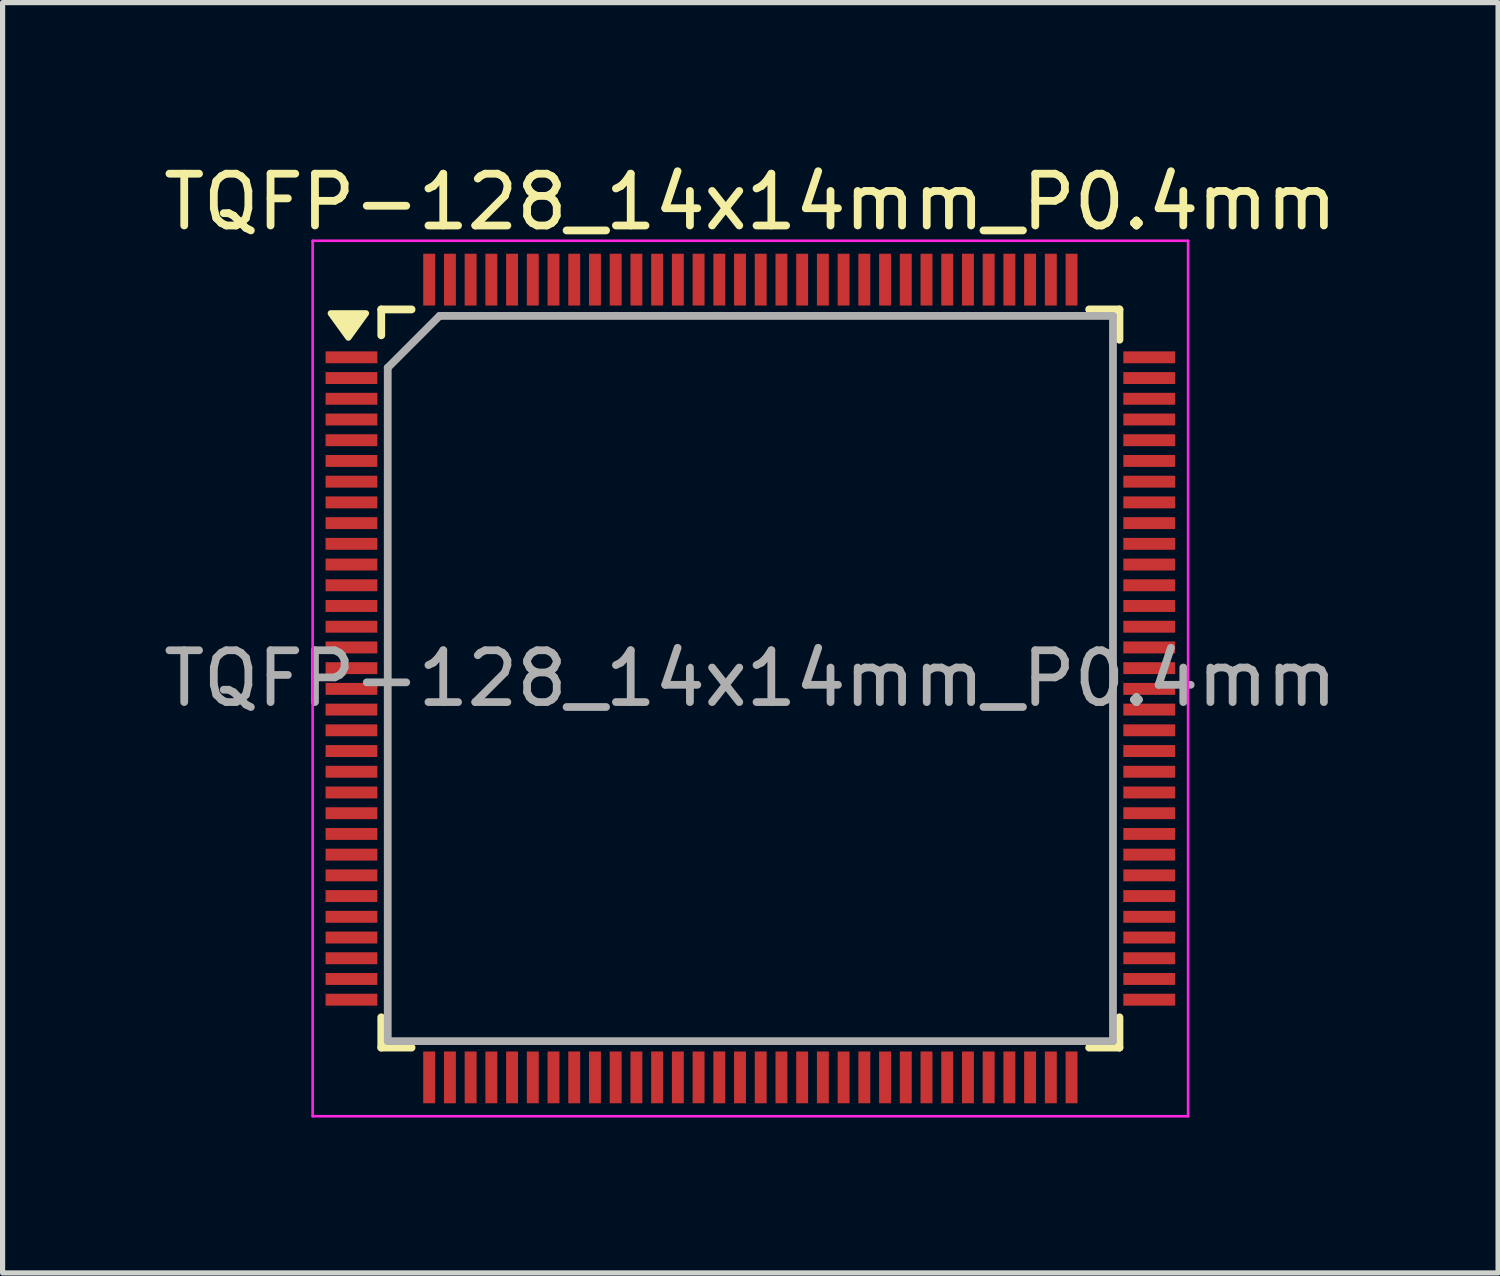
<source format=kicad_pcb>
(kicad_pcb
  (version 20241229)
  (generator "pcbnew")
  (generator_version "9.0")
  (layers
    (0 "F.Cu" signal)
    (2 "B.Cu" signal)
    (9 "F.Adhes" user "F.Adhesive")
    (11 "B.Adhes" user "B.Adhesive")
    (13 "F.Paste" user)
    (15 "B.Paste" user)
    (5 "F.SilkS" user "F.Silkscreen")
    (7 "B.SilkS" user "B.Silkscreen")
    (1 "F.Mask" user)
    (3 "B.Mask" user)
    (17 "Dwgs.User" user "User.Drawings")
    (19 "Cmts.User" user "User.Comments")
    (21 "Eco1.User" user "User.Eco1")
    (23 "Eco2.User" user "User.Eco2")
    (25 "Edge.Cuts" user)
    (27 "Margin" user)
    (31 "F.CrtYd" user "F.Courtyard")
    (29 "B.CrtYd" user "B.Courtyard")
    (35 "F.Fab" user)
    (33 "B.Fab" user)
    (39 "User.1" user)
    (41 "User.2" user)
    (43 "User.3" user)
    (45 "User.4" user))
  (footprint "TQFP-128_14x14mm_P0.4mm"
    (layer "F.Cu")
    (at 11.435 10.048)
    (property "Reference" "TQFP-128_14x14mm_P0.4mm" (at 0 -9.2 0) (layer "F.SilkS") (effects (font (size 1 1) (thickness 0.15))))
    (attr smd)
    (fp_line (start -7.125 -7.125) (end -7.125 -6.625) (stroke (width 0.15) (type solid)) (layer "F.SilkS"))
    (fp_line (start -7.125 -7.125) (end -6.54 -7.125) (stroke (width 0.15) (type solid)) (layer "F.SilkS"))
    (fp_line (start -7.125 7.125) (end -7.125 6.54) (stroke (width 0.15) (type solid)) (layer "F.SilkS"))
    (fp_line (start -7.125 7.125) (end -6.54 7.125) (stroke (width 0.15) (type solid)) (layer "F.SilkS"))
    (fp_line (start 7.125 -7.125) (end 6.54 -7.125) (stroke (width 0.15) (type solid)) (layer "F.SilkS"))
    (fp_line (start 7.125 -7.125) (end 7.125 -6.54) (stroke (width 0.15) (type solid)) (layer "F.SilkS"))
    (fp_line (start 7.125 7.125) (end 6.54 7.125) (stroke (width 0.15) (type solid)) (layer "F.SilkS"))
    (fp_line (start 7.125 7.125) (end 7.125 6.54) (stroke (width 0.15) (type solid)) (layer "F.SilkS"))
    (fp_poly (pts (xy -7.76 -6.58) (xy -8.1 -7.05) (xy -7.42 -7.05) (xy -7.76 -6.58)) (stroke (width 0.12) (type solid)) (fill yes) (layer "F.SilkS"))
    (fp_line (start -8.45 -8.45) (end -8.45 8.45) (stroke (width 0.05) (type solid)) (layer "F.CrtYd"))
    (fp_line (start -8.45 -8.45) (end 8.45 -8.45) (stroke (width 0.05) (type solid)) (layer "F.CrtYd"))
    (fp_line (start -8.45 8.45) (end 8.45 8.45) (stroke (width 0.05) (type solid)) (layer "F.CrtYd"))
    (fp_line (start 8.45 -8.45) (end 8.45 8.45) (stroke (width 0.05) (type solid)) (layer "F.CrtYd"))
    (fp_line (start -7 -6) (end -6 -7) (stroke (width 0.15) (type solid)) (layer "F.Fab"))
    (fp_line (start -7 7) (end -7 -6) (stroke (width 0.15) (type solid)) (layer "F.Fab"))
    (fp_line (start -6 -7) (end 7 -7) (stroke (width 0.15) (type solid)) (layer "F.Fab"))
    (fp_line (start 7 -7) (end 7 7) (stroke (width 0.15) (type solid)) (layer "F.Fab"))
    (fp_line (start 7 7) (end -7 7) (stroke (width 0.15) (type solid)) (layer "F.Fab"))
    (fp_text user "${REFERENCE}" (at 0 0 0) (layer "F.Fab") (effects (font (size 1 1) (thickness 0.15))))
    (pad "1" smd rect (at -7.7 -6.2) (size 1 0.23) (layers "F.Cu" "F.Mask" "F.Paste"))
    (pad "2" smd rect (at -7.7 -5.8) (size 1 0.23) (layers "F.Cu" "F.Mask" "F.Paste"))
    (pad "3" smd rect (at -7.7 -5.4) (size 1 0.23) (layers "F.Cu" "F.Mask" "F.Paste"))
    (pad "4" smd rect (at -7.7 -5) (size 1 0.23) (layers "F.Cu" "F.Mask" "F.Paste"))
    (pad "5" smd rect (at -7.7 -4.6) (size 1 0.23) (layers "F.Cu" "F.Mask" "F.Paste"))
    (pad "6" smd rect (at -7.7 -4.2) (size 1 0.23) (layers "F.Cu" "F.Mask" "F.Paste"))
    (pad "7" smd rect (at -7.7 -3.8) (size 1 0.23) (layers "F.Cu" "F.Mask" "F.Paste"))
    (pad "8" smd rect (at -7.7 -3.4) (size 1 0.23) (layers "F.Cu" "F.Mask" "F.Paste"))
    (pad "9" smd rect (at -7.7 -3) (size 1 0.23) (layers "F.Cu" "F.Mask" "F.Paste"))
    (pad "10" smd rect (at -7.7 -2.6) (size 1 0.23) (layers "F.Cu" "F.Mask" "F.Paste"))
    (pad "11" smd rect (at -7.7 -2.2) (size 1 0.23) (layers "F.Cu" "F.Mask" "F.Paste"))
    (pad "12" smd rect (at -7.7 -1.8) (size 1 0.23) (layers "F.Cu" "F.Mask" "F.Paste"))
    (pad "13" smd rect (at -7.7 -1.4) (size 1 0.23) (layers "F.Cu" "F.Mask" "F.Paste"))
    (pad "14" smd rect (at -7.7 -1) (size 1 0.23) (layers "F.Cu" "F.Mask" "F.Paste"))
    (pad "15" smd rect (at -7.7 -0.6) (size 1 0.23) (layers "F.Cu" "F.Mask" "F.Paste"))
    (pad "16" smd rect (at -7.7 -0.2) (size 1 0.23) (layers "F.Cu" "F.Mask" "F.Paste"))
    (pad "17" smd rect (at -7.7 0.2) (size 1 0.23) (layers "F.Cu" "F.Mask" "F.Paste"))
    (pad "18" smd rect (at -7.7 0.6) (size 1 0.23) (layers "F.Cu" "F.Mask" "F.Paste"))
    (pad "19" smd rect (at -7.7 1) (size 1 0.23) (layers "F.Cu" "F.Mask" "F.Paste"))
    (pad "20" smd rect (at -7.7 1.4) (size 1 0.23) (layers "F.Cu" "F.Mask" "F.Paste"))
    (pad "21" smd rect (at -7.7 1.8) (size 1 0.23) (layers "F.Cu" "F.Mask" "F.Paste"))
    (pad "22" smd rect (at -7.7 2.2) (size 1 0.23) (layers "F.Cu" "F.Mask" "F.Paste"))
    (pad "23" smd rect (at -7.7 2.6) (size 1 0.23) (layers "F.Cu" "F.Mask" "F.Paste"))
    (pad "24" smd rect (at -7.7 3) (size 1 0.23) (layers "F.Cu" "F.Mask" "F.Paste"))
    (pad "25" smd rect (at -7.7 3.4) (size 1 0.23) (layers "F.Cu" "F.Mask" "F.Paste"))
    (pad "26" smd rect (at -7.7 3.8) (size 1 0.23) (layers "F.Cu" "F.Mask" "F.Paste"))
    (pad "27" smd rect (at -7.7 4.2) (size 1 0.23) (layers "F.Cu" "F.Mask" "F.Paste"))
    (pad "28" smd rect (at -7.7 4.6) (size 1 0.23) (layers "F.Cu" "F.Mask" "F.Paste"))
    (pad "29" smd rect (at -7.7 5) (size 1 0.23) (layers "F.Cu" "F.Mask" "F.Paste"))
    (pad "30" smd rect (at -7.7 5.4) (size 1 0.23) (layers "F.Cu" "F.Mask" "F.Paste"))
    (pad "31" smd rect (at -7.7 5.8) (size 1 0.23) (layers "F.Cu" "F.Mask" "F.Paste"))
    (pad "32" smd rect (at -7.7 6.2) (size 1 0.23) (layers "F.Cu" "F.Mask" "F.Paste"))
    (pad "33" smd rect (at -6.2 7.7 90) (size 1 0.23) (layers "F.Cu" "F.Mask" "F.Paste"))
    (pad "34" smd rect (at -5.8 7.7 90) (size 1 0.23) (layers "F.Cu" "F.Mask" "F.Paste"))
    (pad "35" smd rect (at -5.4 7.7 90) (size 1 0.23) (layers "F.Cu" "F.Mask" "F.Paste"))
    (pad "36" smd rect (at -5 7.7 90) (size 1 0.23) (layers "F.Cu" "F.Mask" "F.Paste"))
    (pad "37" smd rect (at -4.6 7.7 90) (size 1 0.23) (layers "F.Cu" "F.Mask" "F.Paste"))
    (pad "38" smd rect (at -4.2 7.7 90) (size 1 0.23) (layers "F.Cu" "F.Mask" "F.Paste"))
    (pad "39" smd rect (at -3.8 7.7 90) (size 1 0.23) (layers "F.Cu" "F.Mask" "F.Paste"))
    (pad "40" smd rect (at -3.4 7.7 90) (size 1 0.23) (layers "F.Cu" "F.Mask" "F.Paste"))
    (pad "41" smd rect (at -3 7.7 90) (size 1 0.23) (layers "F.Cu" "F.Mask" "F.Paste"))
    (pad "42" smd rect (at -2.6 7.7 90) (size 1 0.23) (layers "F.Cu" "F.Mask" "F.Paste"))
    (pad "43" smd rect (at -2.2 7.7 90) (size 1 0.23) (layers "F.Cu" "F.Mask" "F.Paste"))
    (pad "44" smd rect (at -1.8 7.7 90) (size 1 0.23) (layers "F.Cu" "F.Mask" "F.Paste"))
    (pad "45" smd rect (at -1.4 7.7 90) (size 1 0.23) (layers "F.Cu" "F.Mask" "F.Paste"))
    (pad "46" smd rect (at -1 7.7 90) (size 1 0.23) (layers "F.Cu" "F.Mask" "F.Paste"))
    (pad "47" smd rect (at -0.6 7.7 90) (size 1 0.23) (layers "F.Cu" "F.Mask" "F.Paste"))
    (pad "48" smd rect (at -0.2 7.7 90) (size 1 0.23) (layers "F.Cu" "F.Mask" "F.Paste"))
    (pad "49" smd rect (at 0.2 7.7 90) (size 1 0.23) (layers "F.Cu" "F.Mask" "F.Paste"))
    (pad "50" smd rect (at 0.6 7.7 90) (size 1 0.23) (layers "F.Cu" "F.Mask" "F.Paste"))
    (pad "51" smd rect (at 1 7.7 90) (size 1 0.23) (layers "F.Cu" "F.Mask" "F.Paste"))
    (pad "52" smd rect (at 1.4 7.7 90) (size 1 0.23) (layers "F.Cu" "F.Mask" "F.Paste"))
    (pad "53" smd rect (at 1.8 7.7 90) (size 1 0.23) (layers "F.Cu" "F.Mask" "F.Paste"))
    (pad "54" smd rect (at 2.2 7.7 90) (size 1 0.23) (layers "F.Cu" "F.Mask" "F.Paste"))
    (pad "55" smd rect (at 2.6 7.7 90) (size 1 0.23) (layers "F.Cu" "F.Mask" "F.Paste"))
    (pad "56" smd rect (at 3 7.7 90) (size 1 0.23) (layers "F.Cu" "F.Mask" "F.Paste"))
    (pad "57" smd rect (at 3.4 7.7 90) (size 1 0.23) (layers "F.Cu" "F.Mask" "F.Paste"))
    (pad "58" smd rect (at 3.8 7.7 90) (size 1 0.23) (layers "F.Cu" "F.Mask" "F.Paste"))
    (pad "59" smd rect (at 4.2 7.7 90) (size 1 0.23) (layers "F.Cu" "F.Mask" "F.Paste"))
    (pad "60" smd rect (at 4.6 7.7 90) (size 1 0.23) (layers "F.Cu" "F.Mask" "F.Paste"))
    (pad "61" smd rect (at 5 7.7 90) (size 1 0.23) (layers "F.Cu" "F.Mask" "F.Paste"))
    (pad "62" smd rect (at 5.4 7.7 90) (size 1 0.23) (layers "F.Cu" "F.Mask" "F.Paste"))
    (pad "63" smd rect (at 5.8 7.7 90) (size 1 0.23) (layers "F.Cu" "F.Mask" "F.Paste"))
    (pad "64" smd rect (at 6.2 7.7 90) (size 1 0.23) (layers "F.Cu" "F.Mask" "F.Paste"))
    (pad "65" smd rect (at 7.7 6.2) (size 1 0.23) (layers "F.Cu" "F.Mask" "F.Paste"))
    (pad "66" smd rect (at 7.7 5.8) (size 1 0.23) (layers "F.Cu" "F.Mask" "F.Paste"))
    (pad "67" smd rect (at 7.7 5.4) (size 1 0.23) (layers "F.Cu" "F.Mask" "F.Paste"))
    (pad "68" smd rect (at 7.7 5) (size 1 0.23) (layers "F.Cu" "F.Mask" "F.Paste"))
    (pad "69" smd rect (at 7.7 4.6) (size 1 0.23) (layers "F.Cu" "F.Mask" "F.Paste"))
    (pad "70" smd rect (at 7.7 4.2) (size 1 0.23) (layers "F.Cu" "F.Mask" "F.Paste"))
    (pad "71" smd rect (at 7.7 3.8) (size 1 0.23) (layers "F.Cu" "F.Mask" "F.Paste"))
    (pad "72" smd rect (at 7.7 3.4) (size 1 0.23) (layers "F.Cu" "F.Mask" "F.Paste"))
    (pad "73" smd rect (at 7.7 3) (size 1 0.23) (layers "F.Cu" "F.Mask" "F.Paste"))
    (pad "74" smd rect (at 7.7 2.6) (size 1 0.23) (layers "F.Cu" "F.Mask" "F.Paste"))
    (pad "75" smd rect (at 7.7 2.2) (size 1 0.23) (layers "F.Cu" "F.Mask" "F.Paste"))
    (pad "76" smd rect (at 7.7 1.8) (size 1 0.23) (layers "F.Cu" "F.Mask" "F.Paste"))
    (pad "77" smd rect (at 7.7 1.4) (size 1 0.23) (layers "F.Cu" "F.Mask" "F.Paste"))
    (pad "78" smd rect (at 7.7 1) (size 1 0.23) (layers "F.Cu" "F.Mask" "F.Paste"))
    (pad "79" smd rect (at 7.7 0.6) (size 1 0.23) (layers "F.Cu" "F.Mask" "F.Paste"))
    (pad "80" smd rect (at 7.7 0.2) (size 1 0.23) (layers "F.Cu" "F.Mask" "F.Paste"))
    (pad "81" smd rect (at 7.7 -0.2) (size 1 0.23) (layers "F.Cu" "F.Mask" "F.Paste"))
    (pad "82" smd rect (at 7.7 -0.6) (size 1 0.23) (layers "F.Cu" "F.Mask" "F.Paste"))
    (pad "83" smd rect (at 7.7 -1) (size 1 0.23) (layers "F.Cu" "F.Mask" "F.Paste"))
    (pad "84" smd rect (at 7.7 -1.4) (size 1 0.23) (layers "F.Cu" "F.Mask" "F.Paste"))
    (pad "85" smd rect (at 7.7 -1.8) (size 1 0.23) (layers "F.Cu" "F.Mask" "F.Paste"))
    (pad "86" smd rect (at 7.7 -2.2) (size 1 0.23) (layers "F.Cu" "F.Mask" "F.Paste"))
    (pad "87" smd rect (at 7.7 -2.6) (size 1 0.23) (layers "F.Cu" "F.Mask" "F.Paste"))
    (pad "88" smd rect (at 7.7 -3) (size 1 0.23) (layers "F.Cu" "F.Mask" "F.Paste"))
    (pad "89" smd rect (at 7.7 -3.4) (size 1 0.23) (layers "F.Cu" "F.Mask" "F.Paste"))
    (pad "90" smd rect (at 7.7 -3.8) (size 1 0.23) (layers "F.Cu" "F.Mask" "F.Paste"))
    (pad "91" smd rect (at 7.7 -4.2) (size 1 0.23) (layers "F.Cu" "F.Mask" "F.Paste"))
    (pad "92" smd rect (at 7.7 -4.6) (size 1 0.23) (layers "F.Cu" "F.Mask" "F.Paste"))
    (pad "93" smd rect (at 7.7 -5) (size 1 0.23) (layers "F.Cu" "F.Mask" "F.Paste"))
    (pad "94" smd rect (at 7.7 -5.4) (size 1 0.23) (layers "F.Cu" "F.Mask" "F.Paste"))
    (pad "95" smd rect (at 7.7 -5.8) (size 1 0.23) (layers "F.Cu" "F.Mask" "F.Paste"))
    (pad "96" smd rect (at 7.7 -6.2) (size 1 0.23) (layers "F.Cu" "F.Mask" "F.Paste"))
    (pad "97" smd rect (at 6.2 -7.7 90) (size 1 0.23) (layers "F.Cu" "F.Mask" "F.Paste"))
    (pad "98" smd rect (at 5.8 -7.7 90) (size 1 0.23) (layers "F.Cu" "F.Mask" "F.Paste"))
    (pad "99" smd rect (at 5.4 -7.7 90) (size 1 0.23) (layers "F.Cu" "F.Mask" "F.Paste"))
    (pad "100" smd rect (at 5 -7.7 90) (size 1 0.23) (layers "F.Cu" "F.Mask" "F.Paste"))
    (pad "101" smd rect (at 4.6 -7.7 90) (size 1 0.23) (layers "F.Cu" "F.Mask" "F.Paste"))
    (pad "102" smd rect (at 4.2 -7.7 90) (size 1 0.23) (layers "F.Cu" "F.Mask" "F.Paste"))
    (pad "103" smd rect (at 3.8 -7.7 90) (size 1 0.23) (layers "F.Cu" "F.Mask" "F.Paste"))
    (pad "104" smd rect (at 3.4 -7.7 90) (size 1 0.23) (layers "F.Cu" "F.Mask" "F.Paste"))
    (pad "105" smd rect (at 3 -7.7 90) (size 1 0.23) (layers "F.Cu" "F.Mask" "F.Paste"))
    (pad "106" smd rect (at 2.6 -7.7 90) (size 1 0.23) (layers "F.Cu" "F.Mask" "F.Paste"))
    (pad "107" smd rect (at 2.2 -7.7 90) (size 1 0.23) (layers "F.Cu" "F.Mask" "F.Paste"))
    (pad "108" smd rect (at 1.8 -7.7 90) (size 1 0.23) (layers "F.Cu" "F.Mask" "F.Paste"))
    (pad "109" smd rect (at 1.4 -7.7 90) (size 1 0.23) (layers "F.Cu" "F.Mask" "F.Paste"))
    (pad "110" smd rect (at 1 -7.7 90) (size 1 0.23) (layers "F.Cu" "F.Mask" "F.Paste"))
    (pad "111" smd rect (at 0.6 -7.7 90) (size 1 0.23) (layers "F.Cu" "F.Mask" "F.Paste"))
    (pad "112" smd rect (at 0.2 -7.7 90) (size 1 0.23) (layers "F.Cu" "F.Mask" "F.Paste"))
    (pad "113" smd rect (at -0.2 -7.7 90) (size 1 0.23) (layers "F.Cu" "F.Mask" "F.Paste"))
    (pad "114" smd rect (at -0.6 -7.7 90) (size 1 0.23) (layers "F.Cu" "F.Mask" "F.Paste"))
    (pad "115" smd rect (at -1 -7.7 90) (size 1 0.23) (layers "F.Cu" "F.Mask" "F.Paste"))
    (pad "116" smd rect (at -1.4 -7.7 90) (size 1 0.23) (layers "F.Cu" "F.Mask" "F.Paste"))
    (pad "117" smd rect (at -1.8 -7.7 90) (size 1 0.23) (layers "F.Cu" "F.Mask" "F.Paste"))
    (pad "118" smd rect (at -2.2 -7.7 90) (size 1 0.23) (layers "F.Cu" "F.Mask" "F.Paste"))
    (pad "119" smd rect (at -2.6 -7.7 90) (size 1 0.23) (layers "F.Cu" "F.Mask" "F.Paste"))
    (pad "120" smd rect (at -3 -7.7 90) (size 1 0.23) (layers "F.Cu" "F.Mask" "F.Paste"))
    (pad "121" smd rect (at -3.4 -7.7 90) (size 1 0.23) (layers "F.Cu" "F.Mask" "F.Paste"))
    (pad "122" smd rect (at -3.8 -7.7 90) (size 1 0.23) (layers "F.Cu" "F.Mask" "F.Paste"))
    (pad "123" smd rect (at -4.2 -7.7 90) (size 1 0.23) (layers "F.Cu" "F.Mask" "F.Paste"))
    (pad "124" smd rect (at -4.6 -7.7 90) (size 1 0.23) (layers "F.Cu" "F.Mask" "F.Paste"))
    (pad "125" smd rect (at -5 -7.7 90) (size 1 0.23) (layers "F.Cu" "F.Mask" "F.Paste"))
    (pad "126" smd rect (at -5.4 -7.7 90) (size 1 0.23) (layers "F.Cu" "F.Mask" "F.Paste"))
    (pad "127" smd rect (at -5.8 -7.7 90) (size 1 0.23) (layers "F.Cu" "F.Mask" "F.Paste"))
    (pad "128" smd rect (at -6.2 -7.7 90) (size 1 0.23) (layers "F.Cu" "F.Mask" "F.Paste")))
  (gr_rect
    (start -3 -3)
    (end 25.869 21.523)
    (stroke (width 0.1) (type default))
    (fill no)
    (layer "Edge.Cuts")))
</source>
